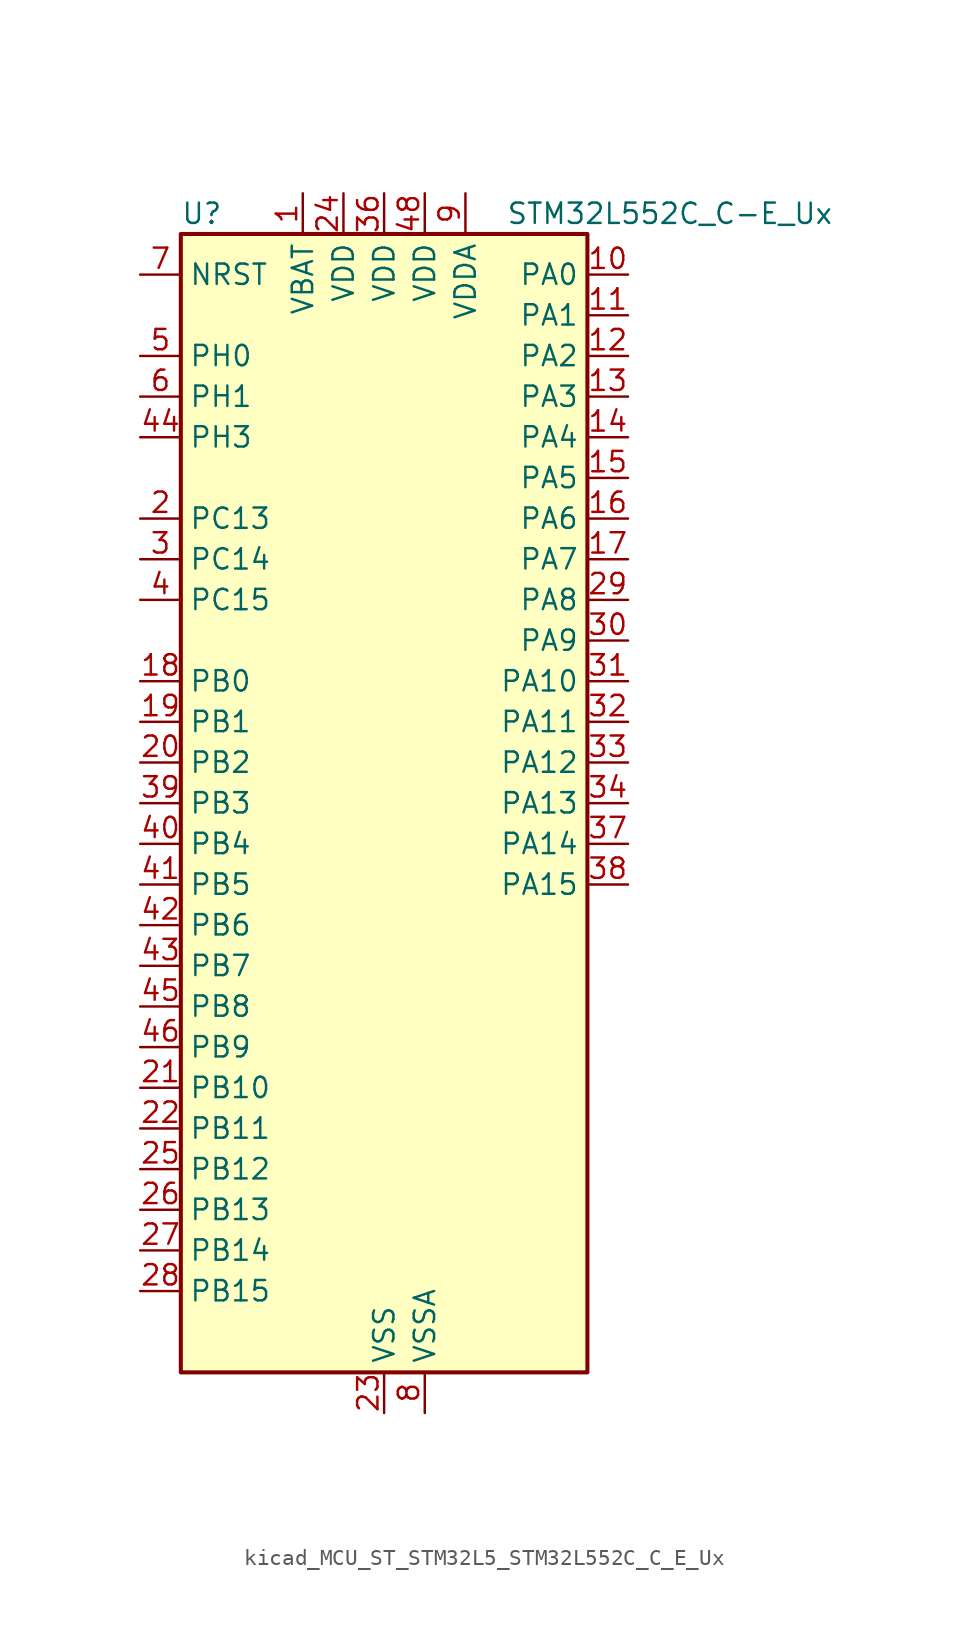
<source format=kicad_sym>
(kicad_symbol_lib
  (version 20220914)
  (generator kicad_symbol_editor)
  (symbol "kicad_MCU_ST_STM32L5_STM32L552C_C_E_Ux"
    (property "Reference" "U"
      (at -12.7 36.83 0)
      (effects (font (size 1.27 1.27)) (justify left)))
    (property "Value" "STM32L552C_C-E_Ux"
      (at 7.62 36.83 0)
      (effects (font (size 1.27 1.27)) (justify left)))
    (property "ki_locked" ""
      (at 0 0 0)
      (effects (font (size 1.27 1.27))))
    (symbol "kicad_MCU_ST_STM32L5_STM32L552C_C_E_Ux_0_1"
      (rectangle (start -12.7 -35.56) (end 12.7 35.56) (stroke (width 0.254) (type default)) (fill (type background))))
    (symbol "kicad_MCU_ST_STM32L5_STM32L552C_C_E_Ux_1_1"
      (pin power_in line (at -5.08 38.1 270) (length 2.54) (name "VBAT" (effects (font (size 1.27 1.27)))) (number "1" (effects (font (size 1.27 1.27)))))
      (pin bidirectional line (at 15.24 33.02 180) (length 2.54) (name "PA0" (effects (font (size 1.27 1.27)))) (number "10" (effects (font (size 1.27 1.27)))) (alternate "ADC1_IN5" bidirectional line) (alternate "ADC2_IN5" bidirectional line) (alternate "OPAMP1_VINP" bidirectional line) (alternate "PWR_WKUP1" bidirectional line) (alternate "SAI1_EXTCLK" bidirectional line) (alternate "TAMP_IN2" bidirectional line) (alternate "TAMP_OUT1" bidirectional line) (alternate "TIM2_CH1" bidirectional line) (alternate "TIM2_ETR" bidirectional line) (alternate "TIM5_CH1" bidirectional line) (alternate "TIM8_ETR" bidirectional line) (alternate "UART4_TX" bidirectional line) (alternate "USART2_CTS" bidirectional line) (alternate "USART2_NSS" bidirectional line))
      (pin bidirectional line (at 15.24 30.48 180) (length 2.54) (name "PA1" (effects (font (size 1.27 1.27)))) (number "11" (effects (font (size 1.27 1.27)))) (alternate "ADC1_IN6" bidirectional line) (alternate "ADC2_IN6" bidirectional line) (alternate "I2C1_SMBA" bidirectional line) (alternate "OCTOSPI1_DQS" bidirectional line) (alternate "OPAMP1_VINM" bidirectional line) (alternate "SPI1_SCK" bidirectional line) (alternate "TAMP_IN5" bidirectional line) (alternate "TAMP_OUT4" bidirectional line) (alternate "TIM15_CH1N" bidirectional line) (alternate "TIM2_CH2" bidirectional line) (alternate "TIM5_CH2" bidirectional line) (alternate "UART4_RX" bidirectional line) (alternate "USART2_DE" bidirectional line) (alternate "USART2_RTS" bidirectional line))
      (pin bidirectional line (at 15.24 27.94 180) (length 2.54) (name "PA2" (effects (font (size 1.27 1.27)))) (number "12" (effects (font (size 1.27 1.27)))) (alternate "ADC1_IN7" bidirectional line) (alternate "ADC2_IN7" bidirectional line) (alternate "COMP1_INP" bidirectional line) (alternate "LPUART1_TX" bidirectional line) (alternate "OCTOSPI1_NCS" bidirectional line) (alternate "PWR_WKUP4" bidirectional line) (alternate "RCC_LSCO" bidirectional line) (alternate "SAI2_EXTCLK" bidirectional line) (alternate "TIM15_CH1" bidirectional line) (alternate "TIM2_CH3" bidirectional line) (alternate "TIM5_CH3" bidirectional line) (alternate "UCPD1_FRSTX1" bidirectional line) (alternate "USART2_TX" bidirectional line))
      (pin bidirectional line (at 15.24 25.4 180) (length 2.54) (name "PA3" (effects (font (size 1.27 1.27)))) (number "13" (effects (font (size 1.27 1.27)))) (alternate "ADC1_IN8" bidirectional line) (alternate "ADC2_IN8" bidirectional line) (alternate "LPUART1_RX" bidirectional line) (alternate "OCTOSPI1_CLK" bidirectional line) (alternate "OPAMP1_VOUT" bidirectional line) (alternate "SAI1_CK1" bidirectional line) (alternate "SAI1_MCLK_A" bidirectional line) (alternate "TIM15_CH2" bidirectional line) (alternate "TIM2_CH4" bidirectional line) (alternate "TIM5_CH4" bidirectional line) (alternate "USART2_RX" bidirectional line))
      (pin bidirectional line (at 15.24 22.86 180) (length 2.54) (name "PA4" (effects (font (size 1.27 1.27)))) (number "14" (effects (font (size 1.27 1.27)))) (alternate "ADC1_IN9" bidirectional line) (alternate "ADC2_IN9" bidirectional line) (alternate "DAC1_OUT1" bidirectional line) (alternate "LPTIM2_OUT" bidirectional line) (alternate "OCTOSPI1_NCS" bidirectional line) (alternate "SAI1_FS_B" bidirectional line) (alternate "SPI1_NSS" bidirectional line) (alternate "SPI3_NSS" bidirectional line) (alternate "USART2_CK" bidirectional line))
      (pin bidirectional line (at 15.24 20.32 180) (length 2.54) (name "PA5" (effects (font (size 1.27 1.27)))) (number "15" (effects (font (size 1.27 1.27)))) (alternate "ADC1_IN10" bidirectional line) (alternate "ADC2_IN10" bidirectional line) (alternate "DAC1_OUT2" bidirectional line) (alternate "LPTIM2_ETR" bidirectional line) (alternate "SPI1_SCK" bidirectional line) (alternate "TIM2_CH1" bidirectional line) (alternate "TIM2_ETR" bidirectional line) (alternate "TIM8_CH1N" bidirectional line))
      (pin bidirectional line (at 15.24 17.78 180) (length 2.54) (name "PA6" (effects (font (size 1.27 1.27)))) (number "16" (effects (font (size 1.27 1.27)))) (alternate "ADC1_IN11" bidirectional line) (alternate "ADC2_IN11" bidirectional line) (alternate "LPUART1_CTS" bidirectional line) (alternate "OCTOSPI1_IO3" bidirectional line) (alternate "OPAMP2_VINP" bidirectional line) (alternate "SPI1_MISO" bidirectional line) (alternate "TIM16_CH1" bidirectional line) (alternate "TIM1_BKIN" bidirectional line) (alternate "TIM3_CH1" bidirectional line) (alternate "TIM8_BKIN" bidirectional line) (alternate "USART3_CTS" bidirectional line) (alternate "USART3_NSS" bidirectional line))
      (pin bidirectional line (at 15.24 15.24 180) (length 2.54) (name "PA7" (effects (font (size 1.27 1.27)))) (number "17" (effects (font (size 1.27 1.27)))) (alternate "ADC1_IN12" bidirectional line) (alternate "ADC2_IN12" bidirectional line) (alternate "I2C3_SCL" bidirectional line) (alternate "OCTOSPI1_IO2" bidirectional line) (alternate "OPAMP2_VINM" bidirectional line) (alternate "SPI1_MOSI" bidirectional line) (alternate "TIM17_CH1" bidirectional line) (alternate "TIM1_CH1N" bidirectional line) (alternate "TIM3_CH2" bidirectional line) (alternate "TIM8_CH1N" bidirectional line))
      (pin bidirectional line (at -15.24 7.62 0) (length 2.54) (name "PB0" (effects (font (size 1.27 1.27)))) (number "18" (effects (font (size 1.27 1.27)))) (alternate "ADC1_IN15" bidirectional line) (alternate "ADC2_IN15" bidirectional line) (alternate "COMP1_OUT" bidirectional line) (alternate "OCTOSPI1_IO1" bidirectional line) (alternate "OPAMP2_VOUT" bidirectional line) (alternate "SAI1_EXTCLK" bidirectional line) (alternate "SPI1_NSS" bidirectional line) (alternate "TIM1_CH2N" bidirectional line) (alternate "TIM3_CH3" bidirectional line) (alternate "TIM8_CH2N" bidirectional line) (alternate "USART3_CK" bidirectional line))
      (pin bidirectional line (at -15.24 5.08 0) (length 2.54) (name "PB1" (effects (font (size 1.27 1.27)))) (number "19" (effects (font (size 1.27 1.27)))) (alternate "ADC1_IN16" bidirectional line) (alternate "ADC2_IN16" bidirectional line) (alternate "COMP1_INM" bidirectional line) (alternate "DFSDM1_DATIN0" bidirectional line) (alternate "LPTIM2_IN1" bidirectional line) (alternate "LPUART1_DE" bidirectional line) (alternate "LPUART1_RTS" bidirectional line) (alternate "OCTOSPI1_IO0" bidirectional line) (alternate "TIM1_CH3N" bidirectional line) (alternate "TIM3_CH4" bidirectional line) (alternate "TIM8_CH3N" bidirectional line) (alternate "USART3_DE" bidirectional line) (alternate "USART3_RTS" bidirectional line))
      (pin bidirectional line (at -15.24 17.78 0) (length 2.54) (name "PC13" (effects (font (size 1.27 1.27)))) (number "2" (effects (font (size 1.27 1.27)))) (alternate "PWR_WKUP2" bidirectional line) (alternate "RTC_OUT1" bidirectional line) (alternate "RTC_TS" bidirectional line) (alternate "TAMP_IN1" bidirectional line) (alternate "TAMP_OUT2" bidirectional line))
      (pin bidirectional line (at -15.24 2.54 0) (length 2.54) (name "PB2" (effects (font (size 1.27 1.27)))) (number "20" (effects (font (size 1.27 1.27)))) (alternate "COMP1_INP" bidirectional line) (alternate "DFSDM1_CKIN0" bidirectional line) (alternate "I2C3_SMBA" bidirectional line) (alternate "LPTIM1_OUT" bidirectional line) (alternate "OCTOSPI1_DQS" bidirectional line) (alternate "RTC_OUT2" bidirectional line) (alternate "UCPD1_FRSTX1" bidirectional line))
      (pin bidirectional line (at -15.24 -17.78 0) (length 2.54) (name "PB10" (effects (font (size 1.27 1.27)))) (number "21" (effects (font (size 1.27 1.27)))) (alternate "COMP1_OUT" bidirectional line) (alternate "I2C2_SCL" bidirectional line) (alternate "I2C4_SCL" bidirectional line) (alternate "LPTIM3_OUT" bidirectional line) (alternate "LPUART1_RX" bidirectional line) (alternate "OCTOSPI1_CLK" bidirectional line) (alternate "SAI1_SCK_A" bidirectional line) (alternate "SPI2_SCK" bidirectional line) (alternate "TIM2_CH3" bidirectional line) (alternate "TSC_SYNC" bidirectional line) (alternate "USART3_TX" bidirectional line))
      (pin bidirectional line (at -15.24 -20.32 0) (length 2.54) (name "PB11" (effects (font (size 1.27 1.27)))) (number "22" (effects (font (size 1.27 1.27)))) (alternate "ADC1_EXTI11" bidirectional line) (alternate "ADC2_EXTI11" bidirectional line) (alternate "COMP2_OUT" bidirectional line) (alternate "I2C2_SDA" bidirectional line) (alternate "I2C4_SDA" bidirectional line) (alternate "LPUART1_TX" bidirectional line) (alternate "OCTOSPI1_NCS" bidirectional line) (alternate "TIM2_CH4" bidirectional line) (alternate "USART3_RX" bidirectional line))
      (pin power_in line (at 0 -38.1 90) (length 2.54) (name "VSS" (effects (font (size 1.27 1.27)))) (number "23" (effects (font (size 1.27 1.27)))))
      (pin power_in line (at -2.54 38.1 270) (length 2.54) (name "VDD" (effects (font (size 1.27 1.27)))) (number "24" (effects (font (size 1.27 1.27)))))
      (pin bidirectional line (at -15.24 -22.86 0) (length 2.54) (name "PB12" (effects (font (size 1.27 1.27)))) (number "25" (effects (font (size 1.27 1.27)))) (alternate "DFSDM1_DATIN1" bidirectional line) (alternate "I2C2_SMBA" bidirectional line) (alternate "LPUART1_DE" bidirectional line) (alternate "LPUART1_RTS" bidirectional line) (alternate "OCTOSPI1_NCLK" bidirectional line) (alternate "SAI2_FS_A" bidirectional line) (alternate "SPI2_NSS" bidirectional line) (alternate "TIM15_BKIN" bidirectional line) (alternate "TIM1_BKIN" bidirectional line) (alternate "TSC_G1_IO1" bidirectional line) (alternate "USART3_CK" bidirectional line))
      (pin bidirectional line (at -15.24 -25.4 0) (length 2.54) (name "PB13" (effects (font (size 1.27 1.27)))) (number "26" (effects (font (size 1.27 1.27)))) (alternate "DFSDM1_CKIN1" bidirectional line) (alternate "I2C2_SCL" bidirectional line) (alternate "LPTIM3_IN1" bidirectional line) (alternate "LPUART1_CTS" bidirectional line) (alternate "SAI2_SCK_A" bidirectional line) (alternate "SPI2_SCK" bidirectional line) (alternate "TIM15_CH1N" bidirectional line) (alternate "TIM1_CH1N" bidirectional line) (alternate "TSC_G1_IO2" bidirectional line) (alternate "UCPD1_FRSTX2" bidirectional line) (alternate "USART3_CTS" bidirectional line) (alternate "USART3_NSS" bidirectional line))
      (pin bidirectional line (at -15.24 -27.94 0) (length 2.54) (name "PB14" (effects (font (size 1.27 1.27)))) (number "27" (effects (font (size 1.27 1.27)))) (alternate "DFSDM1_DATIN2" bidirectional line) (alternate "I2C2_SDA" bidirectional line) (alternate "LPTIM3_ETR" bidirectional line) (alternate "SAI2_MCLK_A" bidirectional line) (alternate "SPI2_MISO" bidirectional line) (alternate "TIM15_CH1" bidirectional line) (alternate "TIM1_CH2N" bidirectional line) (alternate "TIM8_CH2N" bidirectional line) (alternate "TSC_G1_IO3" bidirectional line) (alternate "UCPD1_DBCC2" bidirectional line) (alternate "USART3_DE" bidirectional line) (alternate "USART3_RTS" bidirectional line))
      (pin bidirectional line (at -15.24 -30.48 0) (length 2.54) (name "PB15" (effects (font (size 1.27 1.27)))) (number "28" (effects (font (size 1.27 1.27)))) (alternate "ADC1_EXTI15" bidirectional line) (alternate "ADC2_EXTI15" bidirectional line) (alternate "DFSDM1_CKIN2" bidirectional line) (alternate "RTC_REFIN" bidirectional line) (alternate "SAI2_SD_A" bidirectional line) (alternate "SPI2_MOSI" bidirectional line) (alternate "TIM15_CH2" bidirectional line) (alternate "TIM1_CH3N" bidirectional line) (alternate "TIM8_CH3N" bidirectional line) (alternate "UCPD1_CC2" bidirectional line))
      (pin bidirectional line (at 15.24 12.7 180) (length 2.54) (name "PA8" (effects (font (size 1.27 1.27)))) (number "29" (effects (font (size 1.27 1.27)))) (alternate "LPTIM2_OUT" bidirectional line) (alternate "RCC_MCO" bidirectional line) (alternate "SAI1_CK2" bidirectional line) (alternate "SAI1_SCK_A" bidirectional line) (alternate "TIM1_CH1" bidirectional line) (alternate "USART1_CK" bidirectional line))
      (pin bidirectional line (at -15.24 15.24 0) (length 2.54) (name "PC14" (effects (font (size 1.27 1.27)))) (number "3" (effects (font (size 1.27 1.27)))) (alternate "RCC_OSC32_IN" bidirectional line))
      (pin bidirectional line (at 15.24 10.16 180) (length 2.54) (name "PA9" (effects (font (size 1.27 1.27)))) (number "30" (effects (font (size 1.27 1.27)))) (alternate "DAC1_EXTI9" bidirectional line) (alternate "SAI1_FS_A" bidirectional line) (alternate "SPI2_SCK" bidirectional line) (alternate "TIM15_BKIN" bidirectional line) (alternate "TIM1_CH2" bidirectional line) (alternate "USART1_TX" bidirectional line))
      (pin bidirectional line (at 15.24 7.62 180) (length 2.54) (name "PA10" (effects (font (size 1.27 1.27)))) (number "31" (effects (font (size 1.27 1.27)))) (alternate "CRS_SYNC" bidirectional line) (alternate "SAI1_D1" bidirectional line) (alternate "SAI1_SD_A" bidirectional line) (alternate "TIM17_BKIN" bidirectional line) (alternate "TIM1_CH3" bidirectional line) (alternate "USART1_RX" bidirectional line))
      (pin bidirectional line (at 15.24 5.08 180) (length 2.54) (name "PA11" (effects (font (size 1.27 1.27)))) (number "32" (effects (font (size 1.27 1.27)))) (alternate "ADC1_EXTI11" bidirectional line) (alternate "ADC2_EXTI11" bidirectional line) (alternate "FDCAN1_RX" bidirectional line) (alternate "SPI1_MISO" bidirectional line) (alternate "TIM1_BKIN2" bidirectional line) (alternate "TIM1_CH4" bidirectional line) (alternate "USART1_CTS" bidirectional line) (alternate "USART1_NSS" bidirectional line) (alternate "USB_DM" bidirectional line))
      (pin bidirectional line (at 15.24 2.54 180) (length 2.54) (name "PA12" (effects (font (size 1.27 1.27)))) (number "33" (effects (font (size 1.27 1.27)))) (alternate "FDCAN1_TX" bidirectional line) (alternate "SPI1_MOSI" bidirectional line) (alternate "TIM1_ETR" bidirectional line) (alternate "USART1_DE" bidirectional line) (alternate "USART1_RTS" bidirectional line) (alternate "USB_DP" bidirectional line))
      (pin bidirectional line (at 15.24 0 180) (length 2.54) (name "PA13" (effects (font (size 1.27 1.27)))) (number "34" (effects (font (size 1.27 1.27)))) (alternate "DEBUG_JTMS-SWDIO" bidirectional line) (alternate "IR_OUT" bidirectional line) (alternate "SAI1_SD_B" bidirectional line) (alternate "USB_NOE" bidirectional line))
      (pin passive line (at 0 -38.1 90) (length 2.54) hide (name "VSS" (effects (font (size 1.27 1.27)))) (number "35" (effects (font (size 1.27 1.27)))))
      (pin power_in line (at 0 38.1 270) (length 2.54) (name "VDD" (effects (font (size 1.27 1.27)))) (number "36" (effects (font (size 1.27 1.27)))))
      (pin bidirectional line (at 15.24 -2.54 180) (length 2.54) (name "PA14" (effects (font (size 1.27 1.27)))) (number "37" (effects (font (size 1.27 1.27)))) (alternate "DEBUG_JTCK-SWCLK" bidirectional line) (alternate "I2C1_SMBA" bidirectional line) (alternate "I2C4_SMBA" bidirectional line) (alternate "LPTIM1_OUT" bidirectional line) (alternate "SAI1_FS_B" bidirectional line))
      (pin bidirectional line (at 15.24 -5.08 180) (length 2.54) (name "PA15" (effects (font (size 1.27 1.27)))) (number "38" (effects (font (size 1.27 1.27)))) (alternate "ADC1_EXTI15" bidirectional line) (alternate "ADC2_EXTI15" bidirectional line) (alternate "DEBUG_JTDI" bidirectional line) (alternate "SAI2_FS_B" bidirectional line) (alternate "SPI1_NSS" bidirectional line) (alternate "SPI3_NSS" bidirectional line) (alternate "TIM2_CH1" bidirectional line) (alternate "TIM2_ETR" bidirectional line) (alternate "UART4_DE" bidirectional line) (alternate "UART4_RTS" bidirectional line) (alternate "UCPD1_CC1" bidirectional line) (alternate "USART2_RX" bidirectional line) (alternate "USART3_DE" bidirectional line) (alternate "USART3_RTS" bidirectional line))
      (pin bidirectional line (at -15.24 0 0) (length 2.54) (name "PB3" (effects (font (size 1.27 1.27)))) (number "39" (effects (font (size 1.27 1.27)))) (alternate "COMP2_INM" bidirectional line) (alternate "CRS_SYNC" bidirectional line) (alternate "DEBUG_JTDO-SWO" bidirectional line) (alternate "SAI1_SCK_B" bidirectional line) (alternate "SPI1_SCK" bidirectional line) (alternate "SPI3_SCK" bidirectional line) (alternate "TIM2_CH2" bidirectional line) (alternate "USART1_DE" bidirectional line) (alternate "USART1_RTS" bidirectional line))
      (pin bidirectional line (at -15.24 12.7 0) (length 2.54) (name "PC15" (effects (font (size 1.27 1.27)))) (number "4" (effects (font (size 1.27 1.27)))) (alternate "ADC1_EXTI15" bidirectional line) (alternate "ADC2_EXTI15" bidirectional line) (alternate "RCC_OSC32_OUT" bidirectional line))
      (pin bidirectional line (at -15.24 -2.54 0) (length 2.54) (name "PB4" (effects (font (size 1.27 1.27)))) (number "40" (effects (font (size 1.27 1.27)))) (alternate "COMP2_INP" bidirectional line) (alternate "DEBUG_JTRST" bidirectional line) (alternate "I2C3_SDA" bidirectional line) (alternate "SAI1_MCLK_B" bidirectional line) (alternate "SPI1_MISO" bidirectional line) (alternate "SPI3_MISO" bidirectional line) (alternate "TIM17_BKIN" bidirectional line) (alternate "TIM3_CH1" bidirectional line) (alternate "TSC_G2_IO1" bidirectional line) (alternate "USART1_CTS" bidirectional line) (alternate "USART1_NSS" bidirectional line))
      (pin bidirectional line (at -15.24 -5.08 0) (length 2.54) (name "PB5" (effects (font (size 1.27 1.27)))) (number "41" (effects (font (size 1.27 1.27)))) (alternate "COMP2_OUT" bidirectional line) (alternate "I2C1_SMBA" bidirectional line) (alternate "LPTIM1_IN1" bidirectional line) (alternate "OCTOSPI1_NCLK" bidirectional line) (alternate "SAI1_SD_B" bidirectional line) (alternate "SPI1_MOSI" bidirectional line) (alternate "SPI3_MOSI" bidirectional line) (alternate "TIM16_BKIN" bidirectional line) (alternate "TIM3_CH2" bidirectional line) (alternate "TSC_G2_IO2" bidirectional line) (alternate "UCPD1_DBCC1" bidirectional line) (alternate "USART1_CK" bidirectional line))
      (pin bidirectional line (at -15.24 -7.62 0) (length 2.54) (name "PB6" (effects (font (size 1.27 1.27)))) (number "42" (effects (font (size 1.27 1.27)))) (alternate "COMP2_INP" bidirectional line) (alternate "I2C1_SCL" bidirectional line) (alternate "I2C4_SCL" bidirectional line) (alternate "LPTIM1_ETR" bidirectional line) (alternate "SAI1_FS_B" bidirectional line) (alternate "TIM16_CH1N" bidirectional line) (alternate "TIM4_CH1" bidirectional line) (alternate "TIM8_BKIN2" bidirectional line) (alternate "TSC_G2_IO3" bidirectional line) (alternate "USART1_TX" bidirectional line))
      (pin bidirectional line (at -15.24 -10.16 0) (length 2.54) (name "PB7" (effects (font (size 1.27 1.27)))) (number "43" (effects (font (size 1.27 1.27)))) (alternate "COMP2_INM" bidirectional line) (alternate "I2C1_SDA" bidirectional line) (alternate "I2C4_SDA" bidirectional line) (alternate "LPTIM1_IN2" bidirectional line) (alternate "PWR_PVD_IN" bidirectional line) (alternate "TIM17_CH1N" bidirectional line) (alternate "TIM4_CH2" bidirectional line) (alternate "TIM8_BKIN" bidirectional line) (alternate "TSC_G2_IO4" bidirectional line) (alternate "UART4_CTS" bidirectional line) (alternate "USART1_RX" bidirectional line))
      (pin bidirectional line (at -15.24 22.86 0) (length 2.54) (name "PH3" (effects (font (size 1.27 1.27)))) (number "44" (effects (font (size 1.27 1.27)))))
      (pin bidirectional line (at -15.24 -12.7 0) (length 2.54) (name "PB8" (effects (font (size 1.27 1.27)))) (number "45" (effects (font (size 1.27 1.27)))) (alternate "DFSDM1_CKOUT" bidirectional line) (alternate "FDCAN1_RX" bidirectional line) (alternate "I2C1_SCL" bidirectional line) (alternate "SAI1_CK1" bidirectional line) (alternate "SAI1_MCLK_A" bidirectional line) (alternate "TIM16_CH1" bidirectional line) (alternate "TIM4_CH3" bidirectional line))
      (pin bidirectional line (at -15.24 -15.24 0) (length 2.54) (name "PB9" (effects (font (size 1.27 1.27)))) (number "46" (effects (font (size 1.27 1.27)))) (alternate "DAC1_EXTI9" bidirectional line) (alternate "FDCAN1_TX" bidirectional line) (alternate "I2C1_SDA" bidirectional line) (alternate "IR_OUT" bidirectional line) (alternate "SAI1_D2" bidirectional line) (alternate "SAI1_FS_A" bidirectional line) (alternate "SPI2_NSS" bidirectional line) (alternate "TIM17_CH1" bidirectional line) (alternate "TIM4_CH4" bidirectional line))
      (pin passive line (at 0 -38.1 90) (length 2.54) hide (name "VSS" (effects (font (size 1.27 1.27)))) (number "47" (effects (font (size 1.27 1.27)))))
      (pin power_in line (at 2.54 38.1 270) (length 2.54) (name "VDD" (effects (font (size 1.27 1.27)))) (number "48" (effects (font (size 1.27 1.27)))))
      (pin passive line (at 0 -38.1 90) (length 2.54) hide (name "VSS" (effects (font (size 1.27 1.27)))) (number "49" (effects (font (size 1.27 1.27)))))
      (pin bidirectional line (at -15.24 27.94 0) (length 2.54) (name "PH0" (effects (font (size 1.27 1.27)))) (number "5" (effects (font (size 1.27 1.27)))) (alternate "RCC_OSC_IN" bidirectional line))
      (pin bidirectional line (at -15.24 25.4 0) (length 2.54) (name "PH1" (effects (font (size 1.27 1.27)))) (number "6" (effects (font (size 1.27 1.27)))) (alternate "RCC_OSC_OUT" bidirectional line))
      (pin input line (at -15.24 33.02 0) (length 2.54) (name "NRST" (effects (font (size 1.27 1.27)))) (number "7" (effects (font (size 1.27 1.27)))))
      (pin power_in line (at 2.54 -38.1 90) (length 2.54) (name "VSSA" (effects (font (size 1.27 1.27)))) (number "8" (effects (font (size 1.27 1.27)))))
      (pin power_in line (at 5.08 38.1 270) (length 2.54) (name "VDDA" (effects (font (size 1.27 1.27)))) (number "9" (effects (font (size 1.27 1.27))))))))
</source>
